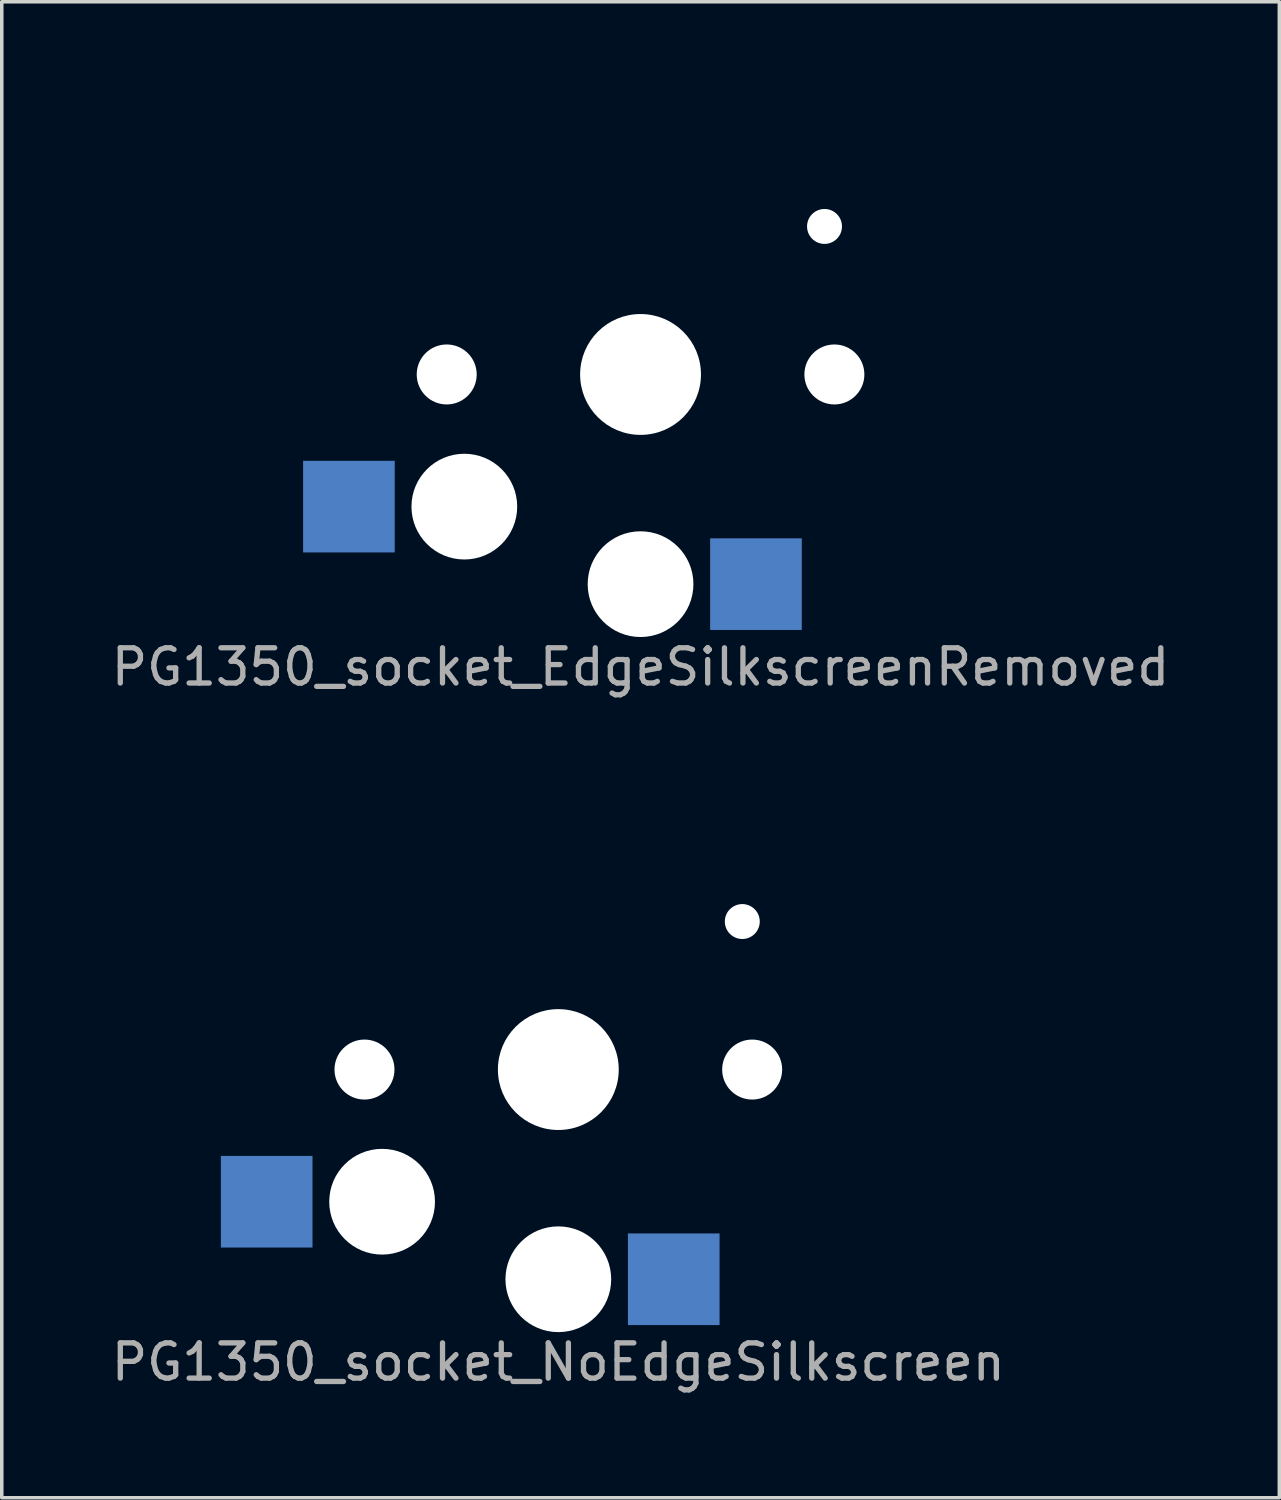
<source format=kicad_pcb>
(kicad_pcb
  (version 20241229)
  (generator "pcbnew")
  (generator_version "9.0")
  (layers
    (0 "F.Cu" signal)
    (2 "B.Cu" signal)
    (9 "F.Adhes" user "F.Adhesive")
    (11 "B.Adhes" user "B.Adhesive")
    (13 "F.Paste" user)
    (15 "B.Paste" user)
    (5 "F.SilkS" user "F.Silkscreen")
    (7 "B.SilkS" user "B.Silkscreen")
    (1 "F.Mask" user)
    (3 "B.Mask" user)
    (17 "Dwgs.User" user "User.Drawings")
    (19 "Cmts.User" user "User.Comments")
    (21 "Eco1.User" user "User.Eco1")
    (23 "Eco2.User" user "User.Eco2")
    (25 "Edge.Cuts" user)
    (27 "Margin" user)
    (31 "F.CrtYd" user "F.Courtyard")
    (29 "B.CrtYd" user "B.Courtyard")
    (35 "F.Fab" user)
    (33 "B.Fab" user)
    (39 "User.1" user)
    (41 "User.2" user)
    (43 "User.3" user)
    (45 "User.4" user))
  (footprint "PG1350_socket_EdgeSilkscreenRemoved"
    (layer "F.Cu")
    (at 15.125 7.575)
    (property "Reference" "PG1350_socket_EdgeSilkscreenRemoved" (at 0 8.3 0) (layer "F.Fab") (effects (font (size 1 1) (thickness 0.15))))
    (attr through_hole)
    (fp_line (start -7.5 -7.5) (end 7.5 -7.5) (stroke (width 0.15) (type solid)) (layer "Eco2.User"))
    (fp_line (start -7.5 7.5) (end -7.5 -7.5) (stroke (width 0.15) (type solid)) (layer "Eco2.User"))
    (fp_line (start -6.9 6.9) (end -6.9 -6.9) (stroke (width 0.15) (type solid)) (layer "Eco2.User"))
    (fp_line (start -6.9 6.9) (end 6.9 6.9) (stroke (width 0.15) (type solid)) (layer "Eco2.User"))
    (fp_line (start -2.6 -3.1) (end -2.6 -6.3) (stroke (width 0.15) (type solid)) (layer "Eco2.User"))
    (fp_line (start -2.6 -3.1) (end 2.6 -3.1) (stroke (width 0.15) (type solid)) (layer "Eco2.User"))
    (fp_line (start 2.6 -6.3) (end -2.6 -6.3) (stroke (width 0.15) (type solid)) (layer "Eco2.User"))
    (fp_line (start 2.6 -3.1) (end 2.6 -6.3) (stroke (width 0.15) (type solid)) (layer "Eco2.User"))
    (fp_line (start 6.9 -6.9) (end -6.9 -6.9) (stroke (width 0.15) (type solid)) (layer "Eco2.User"))
    (fp_line (start 6.9 -6.9) (end 6.9 6.9) (stroke (width 0.15) (type solid)) (layer "Eco2.User"))
    (fp_line (start 7.5 -7.5) (end 7.5 7.5) (stroke (width 0.15) (type solid)) (layer "Eco2.User"))
    (fp_line (start 7.5 7.5) (end -7.5 7.5) (stroke (width 0.15) (type solid)) (layer "Eco2.User"))
    (pad "" np_thru_hole circle (at -5.5 0) (size 1.702 1.702) (drill 1.702) (layers "*.Cu" "*.Mask"))
    (pad "" np_thru_hole circle (at -5 3.75) (size 3 3) (drill 3) (layers "*.Cu" "*.Mask"))
    (pad "" np_thru_hole circle (at 0 0) (size 3.429 3.429) (drill 3.429) (layers "*.Cu" "*.Mask"))
    (pad "" np_thru_hole circle (at 0 5.95) (size 3 3) (drill 3) (layers "*.Cu" "*.Mask"))
    (pad "" np_thru_hole circle (at 5.22 -4.2) (size 0.991 0.991) (drill 0.991) (layers "*.Cu" "*.Mask"))
    (pad "" np_thru_hole circle (at 5.5 0) (size 1.702 1.702) (drill 1.702) (layers "*.Cu" "*.Mask"))
    (pad "1" smd rect (at 3.275 5.95) (size 2.6 2.6) (layers "B.Cu" "B.Mask" "B.Paste"))
    (pad "2" smd rect (at -8.275 3.75) (size 2.6 2.6) (layers "B.Cu" "B.Mask" "B.Paste")))
  (footprint "PG1350_socket_NoEdgeSilkscreen"
    (layer "F.Cu")
    (at 12.792 27.298)
    (property "Reference" "PG1350_socket_NoEdgeSilkscreen" (at 0 8.3 0) (layer "F.Fab") (effects (font (size 1 1) (thickness 0.15))))
    (attr through_hole)
    (fp_line (start -7.5 -7.5) (end 7.5 -7.5) (stroke (width 0.15) (type solid)) (layer "Eco2.User"))
    (fp_line (start -7.5 7.5) (end -7.5 -7.5) (stroke (width 0.15) (type solid)) (layer "Eco2.User"))
    (fp_line (start -6.9 6.9) (end -6.9 -6.9) (stroke (width 0.15) (type solid)) (layer "Eco2.User"))
    (fp_line (start -6.9 6.9) (end 6.9 6.9) (stroke (width 0.15) (type solid)) (layer "Eco2.User"))
    (fp_line (start -2.6 -3.1) (end -2.6 -6.3) (stroke (width 0.15) (type solid)) (layer "Eco2.User"))
    (fp_line (start -2.6 -3.1) (end 2.6 -3.1) (stroke (width 0.15) (type solid)) (layer "Eco2.User"))
    (fp_line (start 2.6 -6.3) (end -2.6 -6.3) (stroke (width 0.15) (type solid)) (layer "Eco2.User"))
    (fp_line (start 2.6 -3.1) (end 2.6 -6.3) (stroke (width 0.15) (type solid)) (layer "Eco2.User"))
    (fp_line (start 6.9 -6.9) (end -6.9 -6.9) (stroke (width 0.15) (type solid)) (layer "Eco2.User"))
    (fp_line (start 6.9 -6.9) (end 6.9 6.9) (stroke (width 0.15) (type solid)) (layer "Eco2.User"))
    (fp_line (start 7.5 -7.5) (end 7.5 7.5) (stroke (width 0.15) (type solid)) (layer "Eco2.User"))
    (fp_line (start 7.5 7.5) (end -7.5 7.5) (stroke (width 0.15) (type solid)) (layer "Eco2.User"))
    (pad "" np_thru_hole circle (at -5.5 0) (size 1.702 1.702) (drill 1.702) (layers "*.Cu" "*.Mask"))
    (pad "" np_thru_hole circle (at -5 3.75) (size 3 3) (drill 3) (layers "*.Cu" "*.Mask"))
    (pad "" np_thru_hole circle (at 0 0) (size 3.429 3.429) (drill 3.429) (layers "*.Cu" "*.Mask"))
    (pad "" np_thru_hole circle (at 0 5.95) (size 3 3) (drill 3) (layers "*.Cu" "*.Mask"))
    (pad "" np_thru_hole circle (at 5.22 -4.2) (size 0.991 0.991) (drill 0.991) (layers "*.Cu" "*.Mask"))
    (pad "" np_thru_hole circle (at 5.5 0) (size 1.702 1.702) (drill 1.702) (layers "*.Cu" "*.Mask"))
    (pad "1" smd rect (at 3.275 5.95) (size 2.6 2.6) (layers "B.Cu" "B.Mask" "B.Paste"))
    (pad "2" smd rect (at -8.275 3.75) (size 2.6 2.6) (layers "B.Cu" "B.Mask" "B.Paste")))
  (gr_rect
    (start -3 -3)
    (end 33.25 39.447)
    (stroke (width 0.1) (type default))
    (fill no)
    (layer "Edge.Cuts")))
</source>
